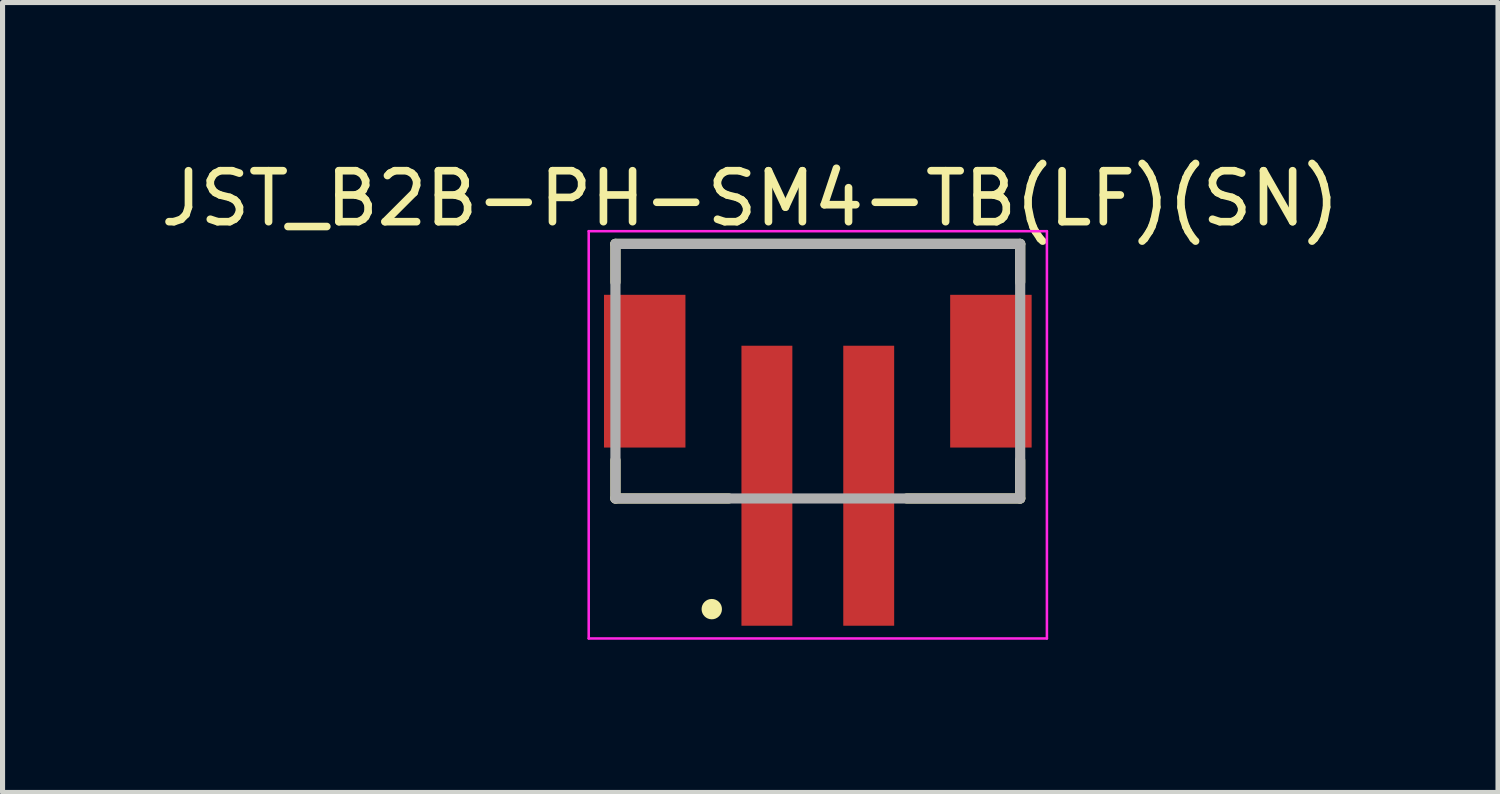
<source format=kicad_pcb>
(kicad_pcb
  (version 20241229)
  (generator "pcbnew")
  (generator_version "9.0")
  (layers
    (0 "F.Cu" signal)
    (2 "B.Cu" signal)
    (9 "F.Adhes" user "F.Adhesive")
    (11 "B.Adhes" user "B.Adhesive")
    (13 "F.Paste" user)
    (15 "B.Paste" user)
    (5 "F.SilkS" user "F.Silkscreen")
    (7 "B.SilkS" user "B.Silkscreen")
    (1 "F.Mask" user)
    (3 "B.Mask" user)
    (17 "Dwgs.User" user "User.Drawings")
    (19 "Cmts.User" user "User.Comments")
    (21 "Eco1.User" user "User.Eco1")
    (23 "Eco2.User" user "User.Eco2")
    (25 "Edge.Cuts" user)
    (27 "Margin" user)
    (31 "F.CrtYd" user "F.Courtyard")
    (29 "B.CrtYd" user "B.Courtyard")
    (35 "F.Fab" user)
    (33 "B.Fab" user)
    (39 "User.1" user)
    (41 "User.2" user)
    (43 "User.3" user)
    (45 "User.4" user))
  (footprint "JST_B2B-PH-SM4-TB(LF)(SN)"
    (layer "F.Cu")
    (at 13.014 6.491)
    (property "Reference" "JST_B2B-PH-SM4-TB(LF)(SN)" (at -1.327 -5.642 0) (layer "F.SilkS") (effects (font (size 1.001 1.001) (thickness 0.15))))
    (attr through_hole)
    (fp_line (start -3.975 -4.75) (end -3.975 -4) (stroke (width 0.2) (type solid)) (layer "F.SilkS"))
    (fp_line (start -3.975 -4.75) (end 3.975 -4.75) (stroke (width 0.2) (type solid)) (layer "F.SilkS"))
    (fp_line (start -3.975 -0.5) (end -3.975 0.25) (stroke (width 0.2) (type solid)) (layer "F.SilkS"))
    (fp_line (start -3.975 0.25) (end -1.75 0.25) (stroke (width 0.2) (type solid)) (layer "F.SilkS"))
    (fp_line (start 1.75 0.25) (end 3.975 0.25) (stroke (width 0.2) (type solid)) (layer "F.SilkS"))
    (fp_line (start 3.975 -4.75) (end 3.975 -4) (stroke (width 0.2) (type solid)) (layer "F.SilkS"))
    (fp_line (start 3.975 0.25) (end 3.975 -0.5) (stroke (width 0.2) (type solid)) (layer "F.SilkS"))
    (fp_circle (center -2.083 2.424) (end -1.883 2.424) (stroke (width 0) (type solid)) (fill yes) (layer "F.SilkS"))
    (fp_line (start -4.5 -5) (end 4.5 -5) (stroke (width 0.05) (type solid)) (layer "F.CrtYd"))
    (fp_line (start -4.5 3) (end -4.5 -5) (stroke (width 0.05) (type solid)) (layer "F.CrtYd"))
    (fp_line (start 4.5 -5) (end 4.5 3) (stroke (width 0.05) (type solid)) (layer "F.CrtYd"))
    (fp_line (start 4.5 3) (end -4.5 3) (stroke (width 0.05) (type solid)) (layer "F.CrtYd"))
    (fp_line (start -3.975 -4.75) (end 3.975 -4.75) (stroke (width 0.2) (type solid)) (layer "F.Fab"))
    (fp_line (start -3.975 0.25) (end -3.975 -4.75) (stroke (width 0.2) (type solid)) (layer "F.Fab"))
    (fp_line (start 3.975 -4.75) (end 3.975 0.25) (stroke (width 0.2) (type solid)) (layer "F.Fab"))
    (fp_line (start 3.975 0.25) (end -3.975 0.25) (stroke (width 0.2) (type solid)) (layer "F.Fab"))
    (pad "1" smd rect (at -1 0) (size 1 5.5) (layers "F.Cu" "F.Mask" "F.Paste"))
    (pad "2" smd rect (at 1 0) (size 1 5.5) (layers "F.Cu" "F.Mask" "F.Paste"))
    (pad "3" smd rect (at -3.4 -2.25) (size 1.6 3) (layers "F.Cu" "F.Mask" "F.Paste"))
    (pad "4" smd rect (at 3.4 -2.25) (size 1.6 3) (layers "F.Cu" "F.Mask" "F.Paste")))
  (gr_rect
    (start -3 -3)
    (end 26.375 12.516)
    (stroke (width 0.1) (type default))
    (fill no)
    (layer "Edge.Cuts")))
</source>
